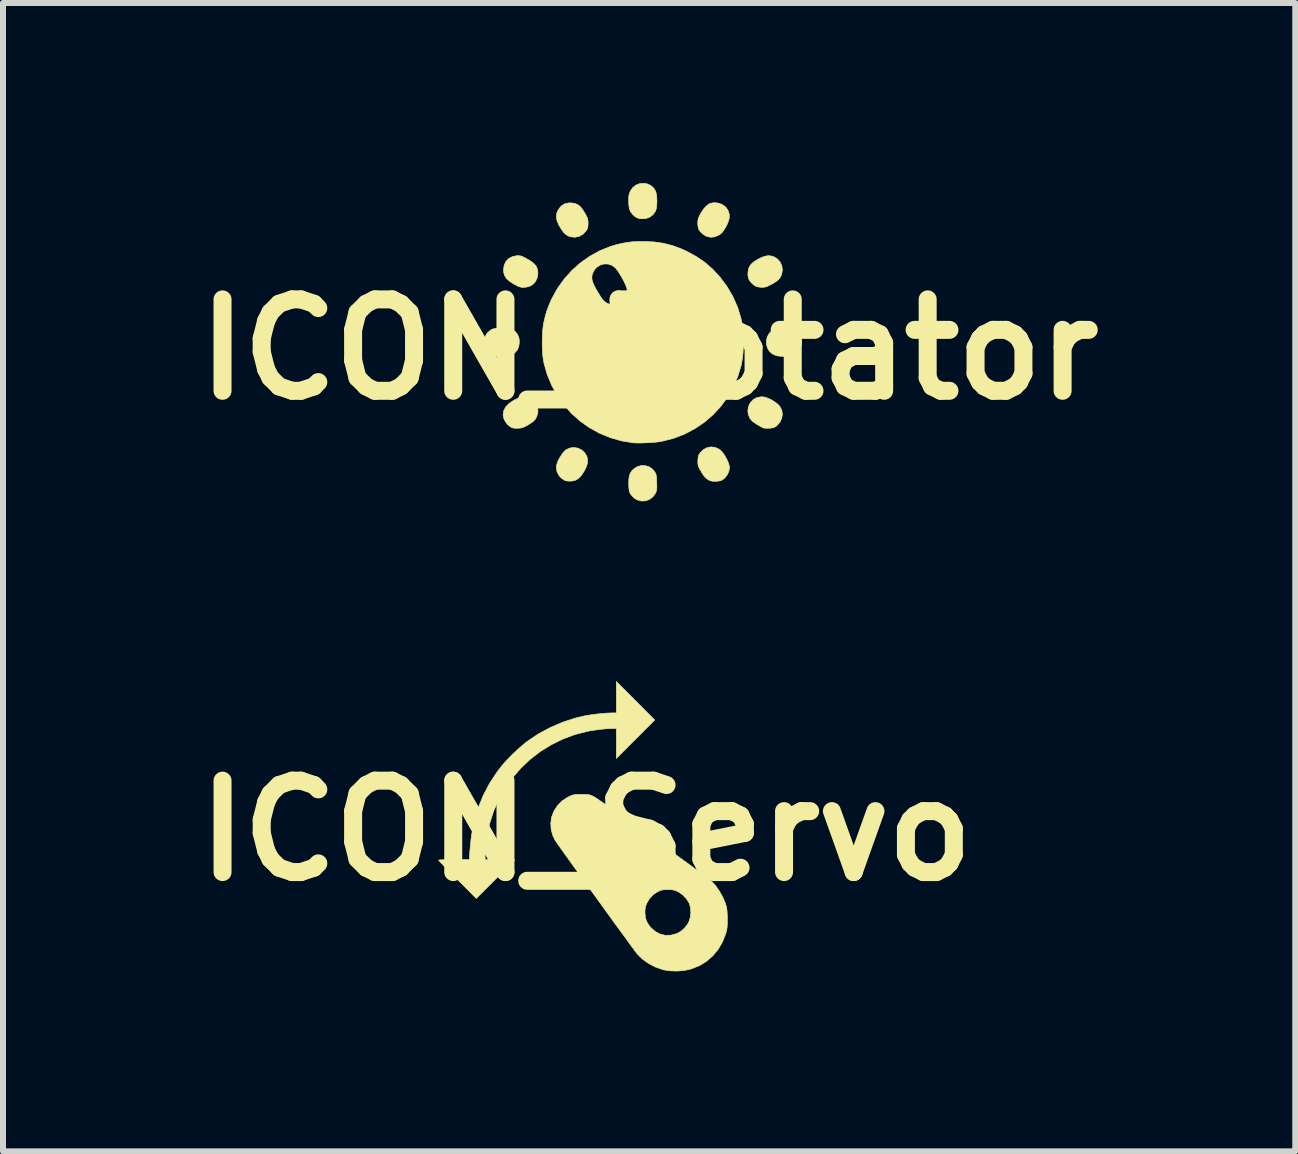
<source format=kicad_pcb>
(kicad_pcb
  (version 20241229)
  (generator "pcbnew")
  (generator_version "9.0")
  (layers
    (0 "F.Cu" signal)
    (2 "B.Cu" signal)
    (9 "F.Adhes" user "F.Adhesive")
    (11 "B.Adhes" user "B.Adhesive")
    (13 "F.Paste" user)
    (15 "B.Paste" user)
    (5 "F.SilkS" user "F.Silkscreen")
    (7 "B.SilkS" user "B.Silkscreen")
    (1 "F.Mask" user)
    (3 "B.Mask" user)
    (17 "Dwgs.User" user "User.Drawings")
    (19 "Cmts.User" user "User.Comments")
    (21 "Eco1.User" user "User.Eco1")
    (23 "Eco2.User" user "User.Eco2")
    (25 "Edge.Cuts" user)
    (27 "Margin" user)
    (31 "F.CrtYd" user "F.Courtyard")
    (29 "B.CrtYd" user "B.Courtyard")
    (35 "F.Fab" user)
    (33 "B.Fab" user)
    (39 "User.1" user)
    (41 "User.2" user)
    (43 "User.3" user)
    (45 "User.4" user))
  (footprint "ICON_Servo"
    (layer "F.Cu")
    (at 6.72 10.8)
    (property "Reference" "ICON_Servo" (at 0 0 0) (layer "F.SilkS") (effects (font (size 1.524 1.524) (thickness 0.3))))
    (attr through_hole)
    (fp_poly (pts (xy 0.826 -2.167) (xy 1.146 -1.846) (xy 0.506 -1.205) (xy 0.506 -1.705) (xy 0.444 -1.705) (xy 0.367 -1.702) (xy 0.276 -1.694) (xy 0.178 -1.682) (xy 0.083 -1.668) (xy 0.025 -1.657) (xy -0.187 -1.603) (xy -0.389 -1.527) (xy -0.582 -1.432) (xy -0.764 -1.319) (xy -0.932 -1.189) (xy -1.087 -1.042) (xy -1.226 -0.881) (xy -1.35 -0.707) (xy -1.455 -0.521) (xy -1.541 -0.324) (xy -1.607 -0.118) (xy -1.634 -0.003) (xy -1.648 0.079) (xy -1.661 0.169) (xy -1.672 0.26) (xy -1.679 0.344) (xy -1.682 0.414) (xy -1.682 0.418) (xy -1.682 0.482) (xy -1.435 0.485) (xy -1.187 0.488) (xy -1.508 0.808) (xy -1.829 1.129) (xy -2.143 0.814) (xy -2.214 0.743) (xy -2.279 0.678) (xy -2.337 0.619) (xy -2.385 0.569) (xy -2.423 0.53) (xy -2.447 0.503) (xy -2.458 0.491) (xy -2.458 0.491) (xy -2.446 0.488) (xy -2.415 0.486) (xy -2.367 0.484) (xy -2.305 0.483) (xy -2.234 0.482) (xy -2.201 0.482) (xy -1.944 0.482) (xy -1.936 0.332) (xy -1.911 0.087) (xy -1.866 -0.149) (xy -1.8 -0.375) (xy -1.712 -0.591) (xy -1.604 -0.796) (xy -1.475 -0.99) (xy -1.401 -1.085) (xy -1.349 -1.145) (xy -1.285 -1.213) (xy -1.213 -1.285) (xy -1.138 -1.355) (xy -1.067 -1.418) (xy -1.004 -1.471) (xy -0.987 -1.484) (xy -0.797 -1.612) (xy -0.594 -1.721) (xy -0.382 -1.812) (xy -0.164 -1.882) (xy -0.018 -1.916) (xy 0.062 -1.929) (xy 0.153 -1.942) (xy 0.248 -1.952) (xy 0.338 -1.96) (xy 0.416 -1.963) (xy 0.438 -1.964) (xy 0.506 -1.964) (xy 0.506 -2.487) (xy 0.826 -2.167)) (stroke (width 0.01) (type solid)) (fill yes) (layer "F.SilkS"))
    (fp_poly (pts (xy -0.018 -0.605) (xy 0.025 -0.603) (xy 0.057 -0.598) (xy 0.087 -0.588) (xy 0.121 -0.573) (xy 0.129 -0.569) (xy 0.149 -0.557) (xy 0.186 -0.533) (xy 0.238 -0.497) (xy 0.305 -0.451) (xy 0.384 -0.396) (xy 0.474 -0.332) (xy 0.573 -0.262) (xy 0.68 -0.186) (xy 0.793 -0.106) (xy 0.91 -0.022) (xy 1.03 0.064) (xy 1.151 0.151) (xy 1.272 0.238) (xy 1.39 0.323) (xy 1.505 0.406) (xy 1.614 0.486) (xy 1.717 0.56) (xy 1.81 0.629) (xy 1.894 0.69) (xy 1.965 0.743) (xy 2.023 0.786) (xy 2.066 0.819) (xy 2.092 0.84) (xy 2.097 0.845) (xy 2.162 0.918) (xy 2.224 1.007) (xy 2.279 1.105) (xy 2.321 1.204) (xy 2.342 1.27) (xy 2.349 1.313) (xy 2.354 1.372) (xy 2.357 1.442) (xy 2.357 1.482) (xy 2.356 1.552) (xy 2.353 1.606) (xy 2.347 1.652) (xy 2.336 1.695) (xy 2.33 1.716) (xy 2.276 1.854) (xy 2.204 1.977) (xy 2.116 2.084) (xy 2.012 2.175) (xy 1.895 2.248) (xy 1.764 2.301) (xy 1.711 2.316) (xy 1.615 2.333) (xy 1.508 2.34) (xy 1.4 2.336) (xy 1.301 2.321) (xy 1.282 2.316) (xy 1.16 2.274) (xy 1.044 2.214) (xy 0.941 2.14) (xy 0.854 2.054) (xy 0.84 2.036) (xy 0.813 2) (xy 0.775 1.948) (xy 0.726 1.882) (xy 0.669 1.803) (xy 0.604 1.714) (xy 0.532 1.616) (xy 0.455 1.51) (xy 0.374 1.398) (xy 0.349 1.364) (xy 0.983 1.364) (xy 0.99 1.447) (xy 1.013 1.517) (xy 1.054 1.583) (xy 1.082 1.616) (xy 1.156 1.682) (xy 1.236 1.724) (xy 1.322 1.744) (xy 1.413 1.742) (xy 1.51 1.716) (xy 1.512 1.716) (xy 1.58 1.679) (xy 1.643 1.624) (xy 1.695 1.557) (xy 1.715 1.52) (xy 1.738 1.448) (xy 1.748 1.368) (xy 1.743 1.289) (xy 1.725 1.218) (xy 1.721 1.209) (xy 1.677 1.138) (xy 1.617 1.074) (xy 1.548 1.024) (xy 1.53 1.014) (xy 1.492 0.998) (xy 1.457 0.988) (xy 1.417 0.983) (xy 1.364 0.982) (xy 1.31 0.983) (xy 1.269 0.988) (xy 1.235 0.998) (xy 1.198 1.015) (xy 1.12 1.065) (xy 1.057 1.135) (xy 1.013 1.21) (xy 0.995 1.255) (xy 0.986 1.299) (xy 0.983 1.352) (xy 0.983 1.364) (xy 0.349 1.364) (xy 0.291 1.283) (xy 0.205 1.164) (xy 0.119 1.045) (xy 0.033 0.927) (xy -0.05 0.811) (xy -0.13 0.699) (xy -0.207 0.593) (xy -0.277 0.495) (xy -0.341 0.406) (xy -0.397 0.327) (xy -0.444 0.261) (xy -0.481 0.209) (xy -0.506 0.173) (xy -0.518 0.155) (xy -0.557 0.071) (xy -0.581 -0.024) (xy -0.587 -0.123) (xy -0.575 -0.219) (xy -0.572 -0.231) (xy -0.533 -0.33) (xy -0.475 -0.419) (xy -0.4 -0.495) (xy -0.309 -0.556) (xy -0.285 -0.568) (xy -0.248 -0.585) (xy -0.217 -0.596) (xy -0.186 -0.602) (xy -0.147 -0.605) (xy -0.093 -0.606) (xy -0.076 -0.606) (xy -0.018 -0.605)) (stroke (width 0.01) (type solid)) (fill yes) (layer "F.SilkS")))
  (footprint "ICON_Rotator"
    (layer "F.Cu")
    (at 7.772 2.776)
    (property "Reference" "ICON_Rotator" (at 0 0 0) (layer "F.SilkS") (effects (font (size 1.524 1.524) (thickness 0.3))))
    (attr through_hole)
    (fp_poly (pts (xy -1.188 1.645) (xy -1.128 1.674) (xy -1.077 1.718) (xy -1.041 1.777) (xy -1.034 1.794) (xy -1.024 1.85) (xy -1.031 1.91) (xy -1.056 1.978) (xy -1.085 2.032) (xy -1.129 2.1) (xy -1.174 2.148) (xy -1.221 2.178) (xy -1.276 2.193) (xy -1.302 2.195) (xy -1.345 2.195) (xy -1.382 2.191) (xy -1.398 2.187) (xy -1.46 2.149) (xy -1.507 2.097) (xy -1.537 2.034) (xy -1.546 1.966) (xy -1.54 1.921) (xy -1.523 1.871) (xy -1.496 1.814) (xy -1.461 1.759) (xy -1.425 1.71) (xy -1.391 1.677) (xy -1.385 1.673) (xy -1.321 1.643) (xy -1.254 1.635) (xy -1.188 1.645)) (stroke (width 0.01) (type solid)) (fill yes) (layer "F.SilkS"))
    (fp_poly (pts (xy 2.298 -0.352) (xy 2.352 -0.347) (xy 2.395 -0.34) (xy 2.414 -0.334) (xy 2.475 -0.291) (xy 2.518 -0.235) (xy 2.541 -0.168) (xy 2.543 -0.093) (xy 2.538 -0.067) (xy 2.516 -0.011) (xy 2.478 0.04) (xy 2.431 0.081) (xy 2.381 0.105) (xy 2.333 0.113) (xy 2.272 0.116) (xy 2.209 0.115) (xy 2.151 0.109) (xy 2.111 0.1) (xy 2.052 0.072) (xy 2.008 0.033) (xy 1.979 -0.012) (xy 1.957 -0.076) (xy 1.955 -0.143) (xy 1.97 -0.208) (xy 2.002 -0.267) (xy 2.048 -0.314) (xy 2.097 -0.34) (xy 2.131 -0.348) (xy 2.18 -0.352) (xy 2.238 -0.353) (xy 2.298 -0.352)) (stroke (width 0.01) (type solid)) (fill yes) (layer "F.SilkS"))
    (fp_poly (pts (xy -2.146 -1.56) (xy -2.116 -1.551) (xy -2.078 -1.532) (xy -2.05 -1.517) (xy -1.975 -1.474) (xy -1.921 -1.432) (xy -1.884 -1.39) (xy -1.863 -1.343) (xy -1.855 -1.289) (xy -1.854 -1.27) (xy -1.865 -1.195) (xy -1.894 -1.132) (xy -1.94 -1.082) (xy -2 -1.049) (xy -2.072 -1.035) (xy -2.087 -1.035) (xy -2.123 -1.036) (xy -2.153 -1.042) (xy -2.185 -1.053) (xy -2.225 -1.074) (xy -2.258 -1.092) (xy -2.329 -1.138) (xy -2.379 -1.184) (xy -2.41 -1.233) (xy -2.425 -1.289) (xy -2.427 -1.328) (xy -2.417 -1.403) (xy -2.387 -1.467) (xy -2.34 -1.516) (xy -2.278 -1.548) (xy -2.21 -1.562) (xy -2.175 -1.563) (xy -2.146 -1.56)) (stroke (width 0.01) (type solid)) (fill yes) (layer "F.SilkS"))
    (fp_poly (pts (xy -2.011 0.803) (xy -1.981 0.817) (xy -1.921 0.859) (xy -1.88 0.913) (xy -1.857 0.976) (xy -1.853 1.044) (xy -1.871 1.113) (xy -1.896 1.162) (xy -1.93 1.198) (xy -1.985 1.238) (xy -2.018 1.258) (xy -2.068 1.285) (xy -2.106 1.301) (xy -2.141 1.31) (xy -2.182 1.314) (xy -2.187 1.314) (xy -2.239 1.314) (xy -2.277 1.307) (xy -2.307 1.294) (xy -2.356 1.256) (xy -2.396 1.205) (xy -2.424 1.147) (xy -2.434 1.09) (xy -2.434 1.089) (xy -2.423 1.021) (xy -2.391 0.959) (xy -2.336 0.902) (xy -2.259 0.85) (xy -2.234 0.837) (xy -2.166 0.806) (xy -2.111 0.791) (xy -2.061 0.79) (xy -2.011 0.803)) (stroke (width 0.01) (type solid)) (fill yes) (layer "F.SilkS"))
    (fp_poly (pts (xy -1.24 -2.435) (xy -1.192 -2.416) (xy -1.15 -2.384) (xy -1.109 -2.334) (xy -1.075 -2.279) (xy -1.048 -2.232) (xy -1.031 -2.196) (xy -1.022 -2.167) (xy -1.018 -2.135) (xy -1.017 -2.103) (xy -1.019 -2.057) (xy -1.025 -2.024) (xy -1.038 -1.996) (xy -1.052 -1.975) (xy -1.103 -1.921) (xy -1.165 -1.886) (xy -1.233 -1.871) (xy -1.304 -1.877) (xy -1.347 -1.892) (xy -1.385 -1.914) (xy -1.419 -1.945) (xy -1.453 -1.989) (xy -1.491 -2.051) (xy -1.5 -2.065) (xy -1.534 -2.141) (xy -1.547 -2.211) (xy -1.538 -2.276) (xy -1.51 -2.336) (xy -1.464 -2.392) (xy -1.407 -2.428) (xy -1.338 -2.443) (xy -1.298 -2.443) (xy -1.24 -2.435)) (stroke (width 0.01) (type solid)) (fill yes) (layer "F.SilkS"))
    (fp_poly (pts (xy -0.034 -2.761) (xy 0.024 -2.736) (xy 0.074 -2.694) (xy 0.107 -2.641) (xy 0.12 -2.597) (xy 0.128 -2.539) (xy 0.131 -2.473) (xy 0.128 -2.409) (xy 0.121 -2.351) (xy 0.108 -2.309) (xy 0.107 -2.307) (xy 0.064 -2.246) (xy 0.007 -2.204) (xy -0.06 -2.181) (xy -0.134 -2.178) (xy -0.186 -2.189) (xy -0.228 -2.21) (xy -0.271 -2.247) (xy -0.306 -2.292) (xy -0.327 -2.336) (xy -0.333 -2.371) (xy -0.339 -2.42) (xy -0.341 -2.473) (xy -0.341 -2.483) (xy -0.34 -2.538) (xy -0.335 -2.578) (xy -0.324 -2.613) (xy -0.31 -2.644) (xy -0.271 -2.7) (xy -0.219 -2.74) (xy -0.16 -2.764) (xy -0.096 -2.771) (xy -0.034 -2.761)) (stroke (width 0.01) (type solid)) (fill yes) (layer "F.SilkS"))
    (fp_poly (pts (xy 1.15 -2.441) (xy 1.215 -2.418) (xy 1.27 -2.381) (xy 1.285 -2.364) (xy 1.322 -2.306) (xy 1.338 -2.244) (xy 1.334 -2.175) (xy 1.308 -2.099) (xy 1.273 -2.032) (xy 1.242 -1.982) (xy 1.215 -1.947) (xy 1.187 -1.922) (xy 1.158 -1.904) (xy 1.089 -1.876) (xy 1.019 -1.871) (xy 0.953 -1.888) (xy 0.899 -1.921) (xy 0.853 -1.965) (xy 0.828 -2.001) (xy 0.819 -2.03) (xy 0.813 -2.072) (xy 0.811 -2.106) (xy 0.813 -2.147) (xy 0.82 -2.181) (xy 0.834 -2.217) (xy 0.859 -2.264) (xy 0.859 -2.264) (xy 0.904 -2.335) (xy 0.953 -2.39) (xy 1.002 -2.427) (xy 1.019 -2.435) (xy 1.082 -2.447) (xy 1.15 -2.441)) (stroke (width 0.01) (type solid)) (fill yes) (layer "F.SilkS"))
    (fp_poly (pts (xy -2.377 -0.35) (xy -2.314 -0.341) (xy -2.267 -0.323) (xy -2.229 -0.295) (xy -2.198 -0.255) (xy -2.182 -0.225) (xy -2.166 -0.174) (xy -2.164 -0.114) (xy -2.172 -0.053) (xy -2.192 -0.001) (xy -2.202 0.015) (xy -2.24 0.057) (xy -2.28 0.086) (xy -2.329 0.103) (xy -2.393 0.112) (xy -2.434 0.114) (xy -2.51 0.114) (xy -2.565 0.108) (xy -2.592 0.101) (xy -2.652 0.072) (xy -2.695 0.034) (xy -2.726 -0.013) (xy -2.748 -0.078) (xy -2.751 -0.147) (xy -2.734 -0.213) (xy -2.7 -0.272) (xy -2.649 -0.318) (xy -2.635 -0.327) (xy -2.611 -0.339) (xy -2.586 -0.346) (xy -2.553 -0.351) (xy -2.506 -0.352) (xy -2.459 -0.353) (xy -2.377 -0.35)) (stroke (width 0.01) (type solid)) (fill yes) (layer "F.SilkS"))
    (fp_poly (pts (xy 1.905 0.791) (xy 1.956 0.803) (xy 2.015 0.828) (xy 2.076 0.862) (xy 2.131 0.901) (xy 2.172 0.94) (xy 2.181 0.951) (xy 2.212 1.013) (xy 2.222 1.08) (xy 2.211 1.148) (xy 2.182 1.212) (xy 2.134 1.267) (xy 2.125 1.275) (xy 2.096 1.295) (xy 2.067 1.306) (xy 2.03 1.312) (xy 2.001 1.313) (xy 1.958 1.314) (xy 1.923 1.312) (xy 1.905 1.309) (xy 1.877 1.296) (xy 1.838 1.273) (xy 1.794 1.247) (xy 1.754 1.22) (xy 1.724 1.199) (xy 1.719 1.195) (xy 1.678 1.144) (xy 1.653 1.08) (xy 1.646 1.023) (xy 1.657 0.951) (xy 1.687 0.889) (xy 1.733 0.839) (xy 1.792 0.805) (xy 1.862 0.79) (xy 1.905 0.791)) (stroke (width 0.01) (type solid)) (fill yes) (layer "F.SilkS"))
    (fp_poly (pts (xy 2.052 -1.555) (xy 2.079 -1.546) (xy 2.139 -1.509) (xy 2.185 -1.457) (xy 2.213 -1.395) (xy 2.222 -1.326) (xy 2.211 -1.257) (xy 2.2 -1.229) (xy 2.181 -1.193) (xy 2.156 -1.164) (xy 2.122 -1.136) (xy 2.074 -1.105) (xy 2.034 -1.083) (xy 1.985 -1.058) (xy 1.947 -1.043) (xy 1.913 -1.037) (xy 1.881 -1.035) (xy 1.838 -1.039) (xy 1.797 -1.046) (xy 1.782 -1.052) (xy 1.742 -1.077) (xy 1.702 -1.115) (xy 1.67 -1.157) (xy 1.659 -1.18) (xy 1.648 -1.233) (xy 1.649 -1.295) (xy 1.662 -1.354) (xy 1.669 -1.371) (xy 1.691 -1.408) (xy 1.723 -1.442) (xy 1.769 -1.476) (xy 1.832 -1.513) (xy 1.851 -1.523) (xy 1.924 -1.553) (xy 1.989 -1.564) (xy 2.052 -1.555)) (stroke (width 0.01) (type solid)) (fill yes) (layer "F.SilkS"))
    (fp_poly (pts (xy -0.066 1.936) (xy -0.002 1.956) (xy 0.055 1.994) (xy 0.091 2.037) (xy 0.105 2.06) (xy 0.115 2.083) (xy 0.121 2.111) (xy 0.125 2.149) (xy 0.127 2.205) (xy 0.127 2.217) (xy 0.129 2.278) (xy 0.128 2.321) (xy 0.124 2.352) (xy 0.116 2.377) (xy 0.108 2.395) (xy 0.065 2.455) (xy 0.01 2.498) (xy -0.054 2.523) (xy -0.122 2.528) (xy -0.191 2.511) (xy -0.213 2.501) (xy -0.252 2.474) (xy -0.289 2.437) (xy -0.299 2.424) (xy -0.316 2.399) (xy -0.326 2.375) (xy -0.333 2.347) (xy -0.337 2.307) (xy -0.339 2.257) (xy -0.339 2.177) (xy -0.331 2.114) (xy -0.314 2.064) (xy -0.286 2.022) (xy -0.259 1.995) (xy -0.199 1.955) (xy -0.133 1.936) (xy -0.066 1.936)) (stroke (width 0.01) (type solid)) (fill yes) (layer "F.SilkS"))
    (fp_poly (pts (xy 1.101 1.633) (xy 1.165 1.662) (xy 1.198 1.688) (xy 1.231 1.724) (xy 1.264 1.774) (xy 1.295 1.83) (xy 1.32 1.886) (xy 1.336 1.936) (xy 1.341 1.965) (xy 1.33 2.033) (xy 1.299 2.097) (xy 1.254 2.151) (xy 1.209 2.182) (xy 1.18 2.191) (xy 1.137 2.197) (xy 1.102 2.199) (xy 1.054 2.197) (xy 1.018 2.188) (xy 0.983 2.171) (xy 0.975 2.166) (xy 0.944 2.141) (xy 0.914 2.108) (xy 0.883 2.061) (xy 0.867 2.033) (xy 0.84 1.987) (xy 0.824 1.953) (xy 0.816 1.925) (xy 0.813 1.897) (xy 0.813 1.859) (xy 0.814 1.851) (xy 0.817 1.802) (xy 0.825 1.769) (xy 0.839 1.741) (xy 0.851 1.724) (xy 0.904 1.671) (xy 0.966 1.638) (xy 1.033 1.625) (xy 1.101 1.633)) (stroke (width 0.01) (type solid)) (fill yes) (layer "F.SilkS"))
    (fp_poly (pts (xy 0.079 -1.793) (xy 0.24 -1.77) (xy 0.394 -1.731) (xy 0.547 -1.673) (xy 0.629 -1.635) (xy 0.787 -1.549) (xy 0.928 -1.453) (xy 1.056 -1.342) (xy 1.175 -1.214) (xy 1.178 -1.211) (xy 1.298 -1.051) (xy 1.398 -0.88) (xy 1.477 -0.7) (xy 1.534 -0.512) (xy 1.565 -0.345) (xy 1.573 -0.255) (xy 1.575 -0.151) (xy 1.572 -0.04) (xy 1.565 0.07) (xy 1.552 0.173) (xy 1.537 0.259) (xy 1.48 0.449) (xy 1.403 0.628) (xy 1.308 0.796) (xy 1.195 0.95) (xy 1.065 1.09) (xy 0.92 1.215) (xy 0.761 1.322) (xy 0.59 1.412) (xy 0.408 1.482) (xy 0.215 1.531) (xy 0.2 1.534) (xy 0.147 1.542) (xy 0.078 1.549) (xy 0.000395 1.554) (xy -0.08 1.558) (xy -0.155 1.56) (xy -0.22 1.559) (xy -0.265 1.557) (xy -0.462 1.524) (xy -0.65 1.47) (xy -0.829 1.396) (xy -0.997 1.303) (xy -1.152 1.193) (xy -1.294 1.066) (xy -1.421 0.924) (xy -1.531 0.768) (xy -1.624 0.599) (xy -1.699 0.419) (xy -1.753 0.228) (xy -1.76 0.191) (xy -1.772 0.111) (xy -1.779 0.014) (xy -1.782 -0.091) (xy -1.781 -0.2) (xy -1.775 -0.304) (xy -1.765 -0.396) (xy -1.755 -0.453) (xy -1.731 -0.555) (xy -1.705 -0.643) (xy -1.674 -0.728) (xy -1.635 -0.818) (xy -1.622 -0.846) (xy -1.529 -1.015) (xy -1.417 -1.172) (xy -1.391 -1.201) (xy -0.955 -1.201) (xy -0.951 -1.161) (xy -0.938 -1.116) (xy -0.914 -1.061) (xy -0.877 -0.993) (xy -0.864 -0.971) (xy -0.822 -0.901) (xy -0.787 -0.848) (xy -0.756 -0.811) (xy -0.725 -0.785) (xy -0.693 -0.766) (xy -0.676 -0.76) (xy -0.629 -0.746) (xy -0.59 -0.743) (xy -0.546 -0.751) (xy -0.537 -0.753) (xy -0.478 -0.781) (xy -0.428 -0.827) (xy -0.39 -0.884) (xy -0.369 -0.947) (xy -0.367 -1.004) (xy -0.376 -1.038) (xy -0.396 -1.085) (xy -0.423 -1.142) (xy -0.455 -1.201) (xy -0.49 -1.26) (xy -0.523 -1.311) (xy -0.552 -1.35) (xy -0.561 -1.36) (xy -0.617 -1.401) (xy -0.679 -1.423) (xy -0.743 -1.426) (xy -0.805 -1.411) (xy -0.861 -1.38) (xy -0.908 -1.333) (xy -0.94 -1.273) (xy -0.95 -1.24) (xy -0.955 -1.201) (xy -1.391 -1.201) (xy -1.289 -1.315) (xy -1.146 -1.443) (xy -0.99 -1.553) (xy -0.823 -1.645) (xy -0.647 -1.716) (xy -0.552 -1.745) (xy -0.455 -1.768) (xy -0.366 -1.784) (xy -0.276 -1.795) (xy -0.176 -1.799) (xy -0.094 -1.8) (xy 0.079 -1.793)) (stroke (width 0.01) (type solid)) (fill yes) (layer "F.SilkS")))
  (gr_rect
    (start -3 -3)
    (end 18.545 16.145)
    (stroke (width 0.1) (type default))
    (fill no)
    (layer "Edge.Cuts")))
</source>
